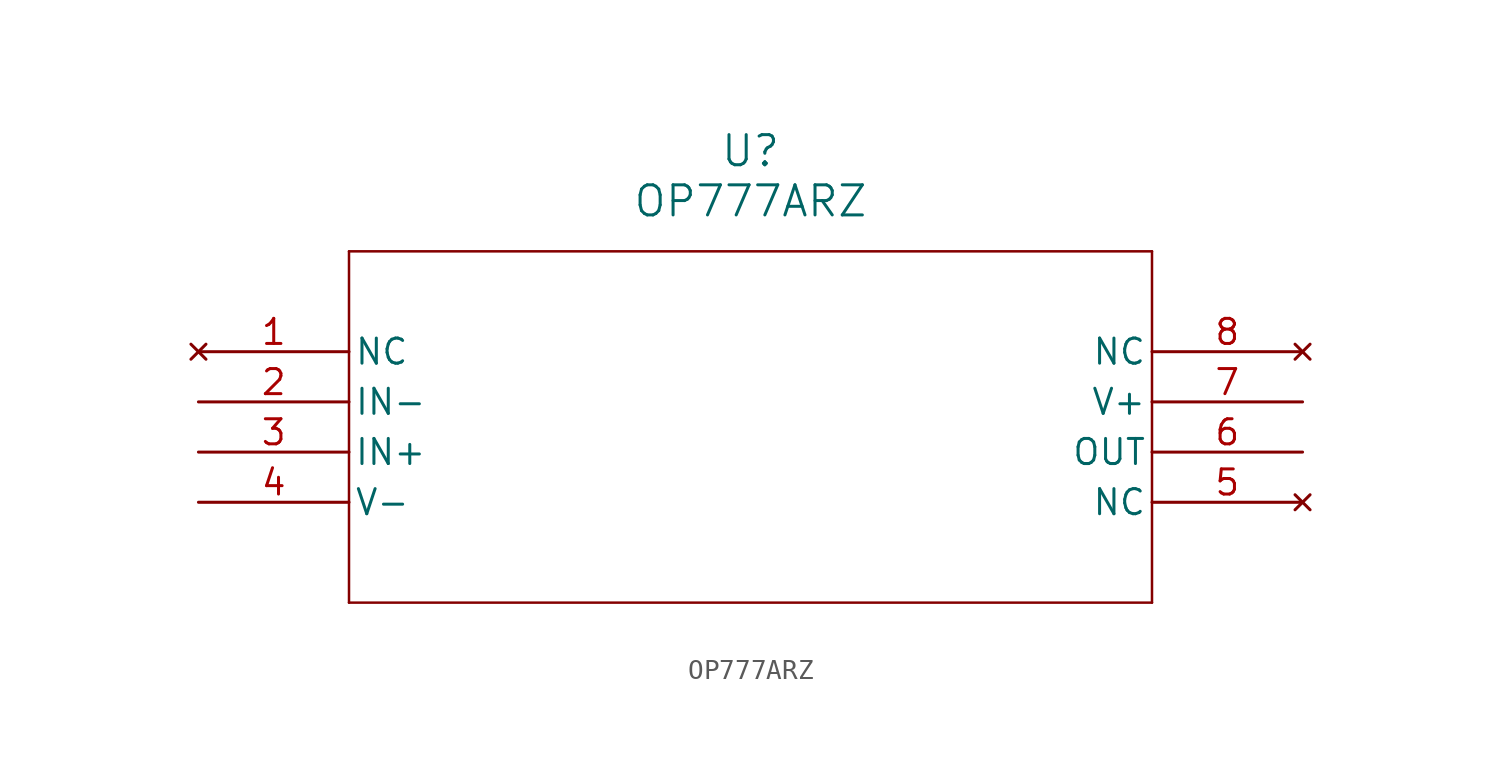
<source format=kicad_sym>
(kicad_symbol_lib
  (version 20211014)
  (generator kicad_symbol_editor)
  (symbol "OP777ARZ"
    (pin_names
      (offset 0.254))
    (property "Reference" "U"
      (at 27.94 10.16 0)
      (effects (font (size 1.524 1.524))))
    (property "Value" "OP777ARZ"
      (at 27.94 7.62 0)
      (effects (font (size 1.524 1.524))))
    (symbol "OP777ARZ_0_1"
      (polyline (pts (xy 7.62 5.08) (xy 7.62 -12.7)) (stroke (width 0.127) (type default) (color 0 0 0 0)) (fill (type none)))
      (polyline (pts (xy 7.62 -12.7) (xy 48.26 -12.7)) (stroke (width 0.127) (type default) (color 0 0 0 0)) (fill (type none)))
      (polyline (pts (xy 48.26 -12.7) (xy 48.26 5.08)) (stroke (width 0.127) (type default) (color 0 0 0 0)) (fill (type none)))
      (polyline (pts (xy 48.26 5.08) (xy 7.62 5.08)) (stroke (width 0.127) (type default) (color 0 0 0 0)) (fill (type none)))
      (pin no_connect line (at 0 0 0) (length 7.62) (name "NC" (effects (font (size 1.27 1.27)))) (number "1" (effects (font (size 1.27 1.27)))))
      (pin input line (at 0 -2.54 0) (length 7.62) (name "IN-" (effects (font (size 1.27 1.27)))) (number "2" (effects (font (size 1.27 1.27)))))
      (pin input line (at 0 -5.08 0) (length 7.62) (name "IN+" (effects (font (size 1.27 1.27)))) (number "3" (effects (font (size 1.27 1.27)))))
      (pin power_in line (at 0 -7.62 0) (length 7.62) (name "V-" (effects (font (size 1.27 1.27)))) (number "4" (effects (font (size 1.27 1.27)))))
      (pin no_connect line (at 55.88 -7.62 180) (length 7.62) (name "NC" (effects (font (size 1.27 1.27)))) (number "5" (effects (font (size 1.27 1.27)))))
      (pin output line (at 55.88 -5.08 180) (length 7.62) (name "OUT" (effects (font (size 1.27 1.27)))) (number "6" (effects (font (size 1.27 1.27)))))
      (pin power_in line (at 55.88 -2.54 180) (length 7.62) (name "V+" (effects (font (size 1.27 1.27)))) (number "7" (effects (font (size 1.27 1.27)))))
      (pin no_connect line (at 55.88 0 180) (length 7.62) (name "NC" (effects (font (size 1.27 1.27)))) (number "8" (effects (font (size 1.27 1.27))))))))
</source>
